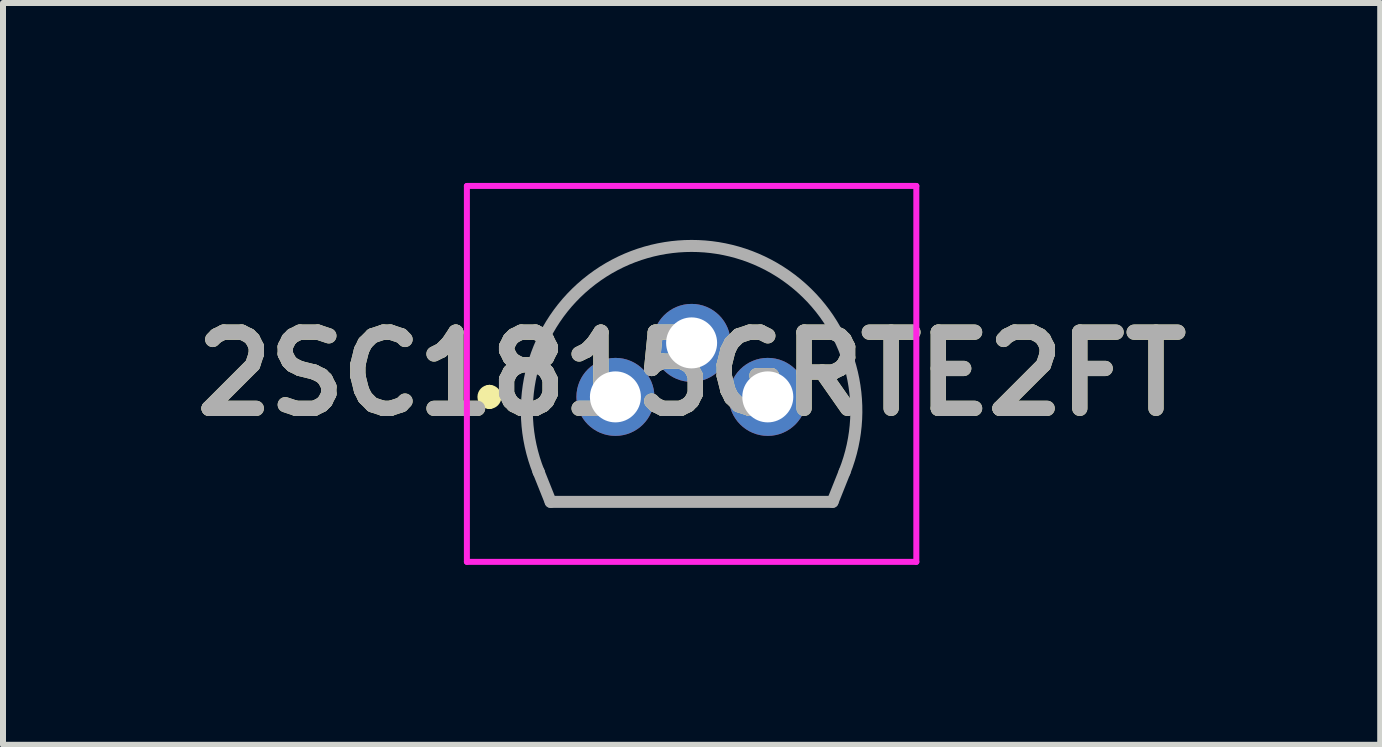
<source format=kicad_pcb>
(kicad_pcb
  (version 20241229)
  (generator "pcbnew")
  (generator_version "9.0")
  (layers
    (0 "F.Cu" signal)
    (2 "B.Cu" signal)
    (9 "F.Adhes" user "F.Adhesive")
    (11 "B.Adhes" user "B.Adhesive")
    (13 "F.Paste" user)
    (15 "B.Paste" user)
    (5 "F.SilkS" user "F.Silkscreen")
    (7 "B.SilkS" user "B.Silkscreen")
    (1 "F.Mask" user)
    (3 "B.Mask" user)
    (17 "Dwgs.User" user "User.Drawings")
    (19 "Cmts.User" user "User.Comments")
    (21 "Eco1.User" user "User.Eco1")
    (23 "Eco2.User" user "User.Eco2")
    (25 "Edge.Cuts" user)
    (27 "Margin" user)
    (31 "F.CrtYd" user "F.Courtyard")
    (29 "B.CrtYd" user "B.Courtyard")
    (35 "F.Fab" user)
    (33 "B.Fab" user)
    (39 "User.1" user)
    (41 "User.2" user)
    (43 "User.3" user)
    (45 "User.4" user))
  (footprint "2SC1815GRTE2FT"
    (layer "F.Cu")
    (at 7.209 3.566)
    (property "Reference" "2SC1815GRTE2FT" (at 1.27 -0.383 0) (layer "F.SilkS") (effects (font (size 1.27 1.27) (thickness 0.254))))
    (attr through_hole)
    (fp_line (start -2.1 -0.1) (end -2.1 -0.1) (stroke (width 0.2) (type solid)) (layer "F.SilkS"))
    (fp_line (start -2.1 0.1) (end -2.1 0.1) (stroke (width 0.2) (type solid)) (layer "F.SilkS"))
    (fp_line (start -1.28 1.25) (end -1.08 1.75) (stroke (width 0.1) (type solid)) (layer "F.SilkS"))
    (fp_line (start -1.08 1.75) (end 3.62 1.75) (stroke (width 0.1) (type solid)) (layer "F.SilkS"))
    (fp_line (start 3.62 1.75) (end 3.82 1.25) (stroke (width 0.1) (type solid)) (layer "F.SilkS"))
    (fp_line (start 3.82 1.25) (end 3.82 1.25) (stroke (width 0.1) (type solid)) (layer "F.SilkS"))
    (fp_arc (start -2.1 -0.1) (mid -2 0) (end -2.1 0.1) (stroke (width 0.2) (type solid)) (layer "F.SilkS"))
    (fp_arc (start -2.1 0.1) (mid -2.2 0) (end -2.1 -0.1) (stroke (width 0.2) (type solid)) (layer "F.SilkS"))
    (fp_arc (start -1.28005 1.249875) (mid 1.270067 -2.516434) (end 3.82 1.25) (stroke (width 0.1) (type solid)) (layer "F.SilkS"))
    (fp_line (start -2.476 -3.516) (end 5.016 -3.516) (stroke (width 0.1) (type solid)) (layer "F.CrtYd"))
    (fp_line (start -2.476 2.75) (end -2.476 -3.516) (stroke (width 0.1) (type solid)) (layer "F.CrtYd"))
    (fp_line (start 5.016 -3.516) (end 5.016 2.75) (stroke (width 0.1) (type solid)) (layer "F.CrtYd"))
    (fp_line (start 5.016 2.75) (end -2.476 2.75) (stroke (width 0.1) (type solid)) (layer "F.CrtYd"))
    (fp_line (start -1.28 1.25) (end -1.28 1.25) (stroke (width 0.2) (type solid)) (layer "F.Fab"))
    (fp_line (start -1.08 1.75) (end -1.28 1.25) (stroke (width 0.2) (type solid)) (layer "F.Fab"))
    (fp_line (start 3.62 1.75) (end -1.08 1.75) (stroke (width 0.2) (type solid)) (layer "F.Fab"))
    (fp_line (start 3.82 1.25) (end 3.62 1.75) (stroke (width 0.2) (type solid)) (layer "F.Fab"))
    (fp_arc (start -1.28 1.25) (mid 1.269933 -2.516434) (end 3.82005 1.249875) (stroke (width 0.2) (type solid)) (layer "F.Fab"))
    (fp_text user "${REFERENCE}" (at 1.27 -0.383 0) (layer "F.Fab") (effects (font (size 1.27 1.27) (thickness 0.254))))
    (pad "1" thru_hole circle (at 0 0) (size 1.3 1.3) (drill 0.85) (layers "*.Cu" "*.Mask"))
    (pad "2" thru_hole circle (at 1.27 -0.9) (size 1.3 1.3) (drill 0.85) (layers "*.Cu" "*.Mask"))
    (pad "3" thru_hole circle (at 2.54 0) (size 1.3 1.3) (drill 0.85) (layers "*.Cu" "*.Mask")))
  (gr_rect
    (start -3 -3)
    (end 19.958 9.366)
    (stroke (width 0.1) (type default))
    (fill no)
    (layer "Edge.Cuts")))
</source>
